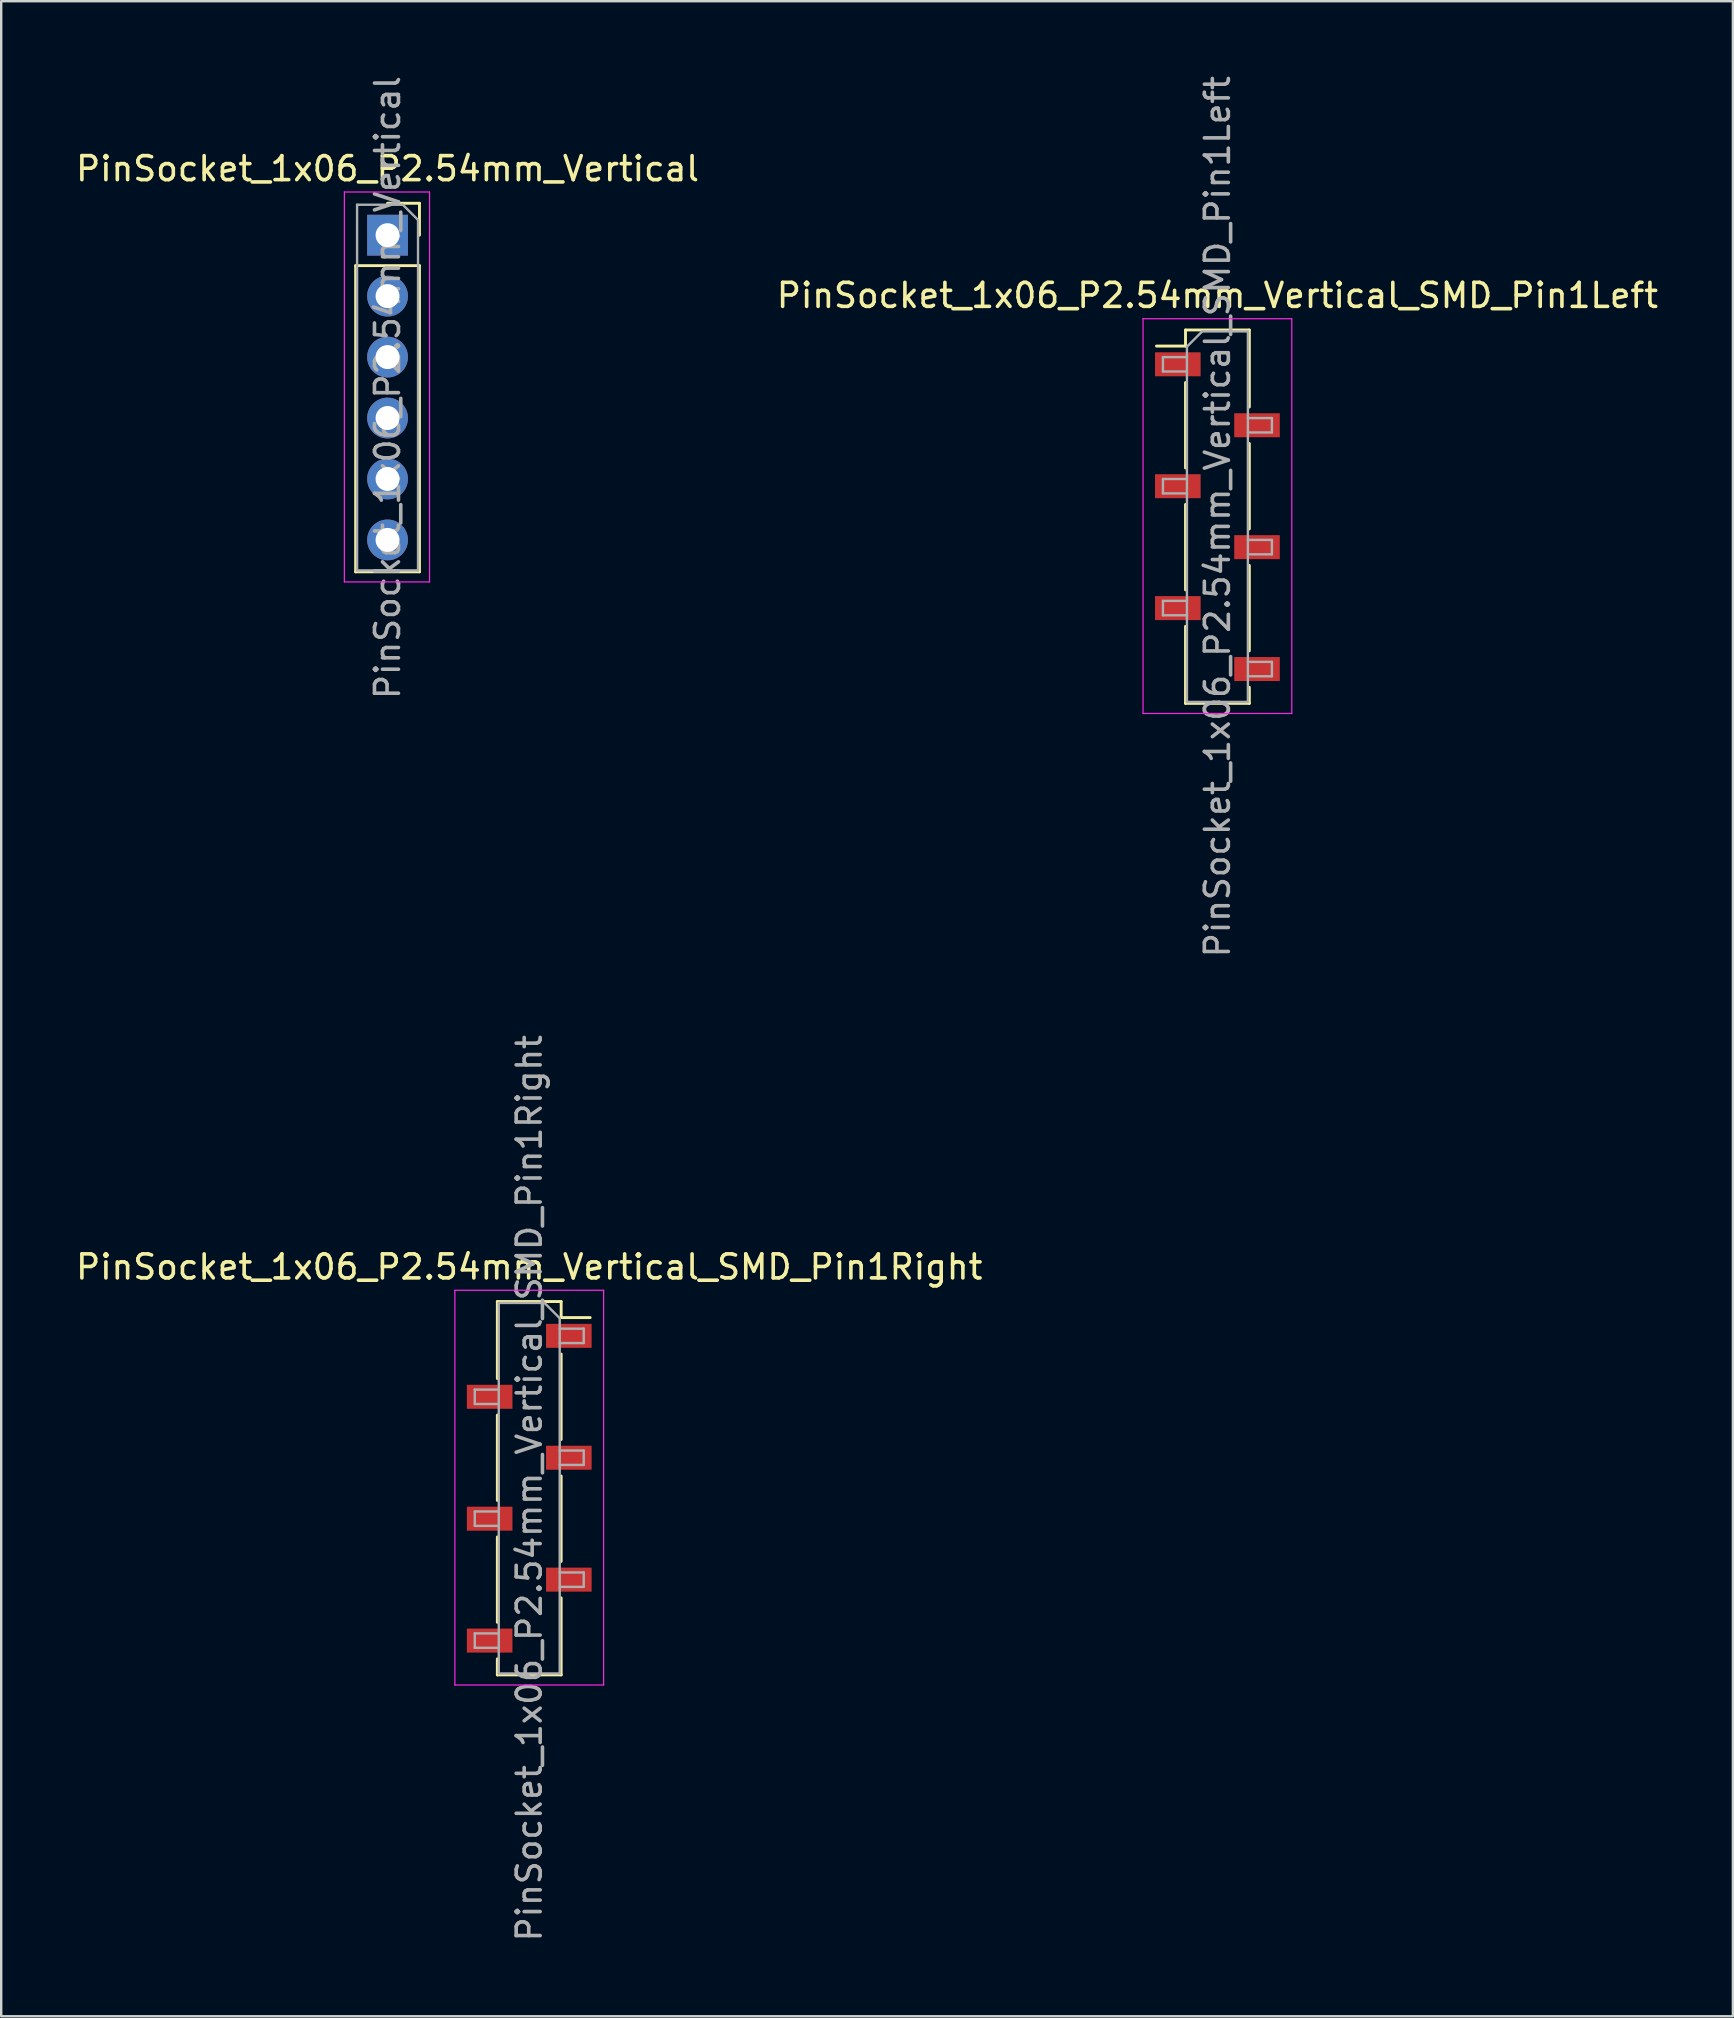
<source format=kicad_pcb>
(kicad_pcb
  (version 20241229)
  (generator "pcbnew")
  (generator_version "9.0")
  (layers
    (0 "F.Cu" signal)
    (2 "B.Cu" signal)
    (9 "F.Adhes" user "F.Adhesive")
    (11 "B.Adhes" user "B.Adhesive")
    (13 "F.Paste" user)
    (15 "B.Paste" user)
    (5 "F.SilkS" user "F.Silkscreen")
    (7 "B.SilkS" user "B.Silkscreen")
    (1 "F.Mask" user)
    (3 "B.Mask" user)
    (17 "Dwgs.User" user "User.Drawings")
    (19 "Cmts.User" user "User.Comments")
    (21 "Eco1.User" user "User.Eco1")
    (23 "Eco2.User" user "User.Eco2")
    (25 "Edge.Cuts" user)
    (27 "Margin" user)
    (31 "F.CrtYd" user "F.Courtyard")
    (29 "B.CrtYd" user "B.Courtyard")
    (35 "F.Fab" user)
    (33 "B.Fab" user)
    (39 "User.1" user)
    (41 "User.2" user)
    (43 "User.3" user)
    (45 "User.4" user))
  (footprint "PinSocket_1x06_P2.54mm_Vertical"
    (layer "F.Cu")
    (at 13.101 6.751)
    (property "Reference" "PinSocket_1x06_P2.54mm_Vertical" (at 0 -2.77 0) (layer "F.SilkS") (effects (font (size 1 1) (thickness 0.15))))
    (attr through_hole)
    (fp_line (start -1.33 1.27) (end -1.33 14.03) (stroke (width 0.12) (type solid)) (layer "F.SilkS"))
    (fp_line (start -1.33 1.27) (end 1.33 1.27) (stroke (width 0.12) (type solid)) (layer "F.SilkS"))
    (fp_line (start -1.33 14.03) (end 1.33 14.03) (stroke (width 0.12) (type solid)) (layer "F.SilkS"))
    (fp_line (start 0 -1.33) (end 1.33 -1.33) (stroke (width 0.12) (type solid)) (layer "F.SilkS"))
    (fp_line (start 1.33 -1.33) (end 1.33 0) (stroke (width 0.12) (type solid)) (layer "F.SilkS"))
    (fp_line (start 1.33 1.27) (end 1.33 14.03) (stroke (width 0.12) (type solid)) (layer "F.SilkS"))
    (fp_line (start -1.8 -1.8) (end 1.75 -1.8) (stroke (width 0.05) (type solid)) (layer "F.CrtYd"))
    (fp_line (start -1.8 14.45) (end -1.8 -1.8) (stroke (width 0.05) (type solid)) (layer "F.CrtYd"))
    (fp_line (start 1.75 -1.8) (end 1.75 14.45) (stroke (width 0.05) (type solid)) (layer "F.CrtYd"))
    (fp_line (start 1.75 14.45) (end -1.8 14.45) (stroke (width 0.05) (type solid)) (layer "F.CrtYd"))
    (fp_line (start -1.27 -1.27) (end 0.635 -1.27) (stroke (width 0.1) (type solid)) (layer "F.Fab"))
    (fp_line (start -1.27 13.97) (end -1.27 -1.27) (stroke (width 0.1) (type solid)) (layer "F.Fab"))
    (fp_line (start 0.635 -1.27) (end 1.27 -0.635) (stroke (width 0.1) (type solid)) (layer "F.Fab"))
    (fp_line (start 1.27 -0.635) (end 1.27 13.97) (stroke (width 0.1) (type solid)) (layer "F.Fab"))
    (fp_line (start 1.27 13.97) (end -1.27 13.97) (stroke (width 0.1) (type solid)) (layer "F.Fab"))
    (fp_text user "${REFERENCE}" (at 0 6.35 90) (layer "F.Fab") (effects (font (size 1 1) (thickness 0.15))))
    (pad "1" thru_hole rect (at 0 0) (size 1.7 1.7) (drill 1) (layers "*.Cu" "*.Mask"))
    (pad "2" thru_hole oval (at 0 2.54) (size 1.7 1.7) (drill 1) (layers "*.Cu" "*.Mask"))
    (pad "3" thru_hole oval (at 0 5.08) (size 1.7 1.7) (drill 1) (layers "*.Cu" "*.Mask"))
    (pad "4" thru_hole oval (at 0 7.62) (size 1.7 1.7) (drill 1) (layers "*.Cu" "*.Mask"))
    (pad "5" thru_hole oval (at 0 10.16) (size 1.7 1.7) (drill 1) (layers "*.Cu" "*.Mask"))
    (pad "6" thru_hole oval (at 0 12.7) (size 1.7 1.7) (drill 1) (layers "*.Cu" "*.Mask")))
  (footprint "PinSocket_1x06_P2.54mm_Vertical_SMD_Pin1Left"
    (layer "F.Cu")
    (at 47.685 18.482)
    (property "Reference" "PinSocket_1x06_P2.54mm_Vertical_SMD_Pin1Left" (at 0 -9.22 0) (layer "F.SilkS") (effects (font (size 1 1) (thickness 0.15))))
    (attr smd)
    (fp_line (start -2.54 -7.11) (end -1.33 -7.11) (stroke (width 0.12) (type solid)) (layer "F.SilkS"))
    (fp_line (start -1.33 -7.78) (end -1.33 -7.11) (stroke (width 0.12) (type solid)) (layer "F.SilkS"))
    (fp_line (start -1.33 -7.78) (end 1.33 -7.78) (stroke (width 0.12) (type solid)) (layer "F.SilkS"))
    (fp_line (start -1.33 -5.59) (end -1.33 -2.03) (stroke (width 0.12) (type solid)) (layer "F.SilkS"))
    (fp_line (start -1.33 -0.51) (end -1.33 3.05) (stroke (width 0.12) (type solid)) (layer "F.SilkS"))
    (fp_line (start -1.33 4.57) (end -1.33 7.78) (stroke (width 0.12) (type solid)) (layer "F.SilkS"))
    (fp_line (start -1.33 7.78) (end 1.33 7.78) (stroke (width 0.12) (type solid)) (layer "F.SilkS"))
    (fp_line (start 1.33 -7.78) (end 1.33 -4.57) (stroke (width 0.12) (type solid)) (layer "F.SilkS"))
    (fp_line (start 1.33 -3.05) (end 1.33 0.51) (stroke (width 0.12) (type solid)) (layer "F.SilkS"))
    (fp_line (start 1.33 2.03) (end 1.33 5.59) (stroke (width 0.12) (type solid)) (layer "F.SilkS"))
    (fp_line (start 1.33 7.11) (end 1.33 7.78) (stroke (width 0.12) (type solid)) (layer "F.SilkS"))
    (fp_line (start -3.1 -8.25) (end 3.1 -8.25) (stroke (width 0.05) (type solid)) (layer "F.CrtYd"))
    (fp_line (start -3.1 8.2) (end -3.1 -8.25) (stroke (width 0.05) (type solid)) (layer "F.CrtYd"))
    (fp_line (start 3.1 -8.25) (end 3.1 8.2) (stroke (width 0.05) (type solid)) (layer "F.CrtYd"))
    (fp_line (start 3.1 8.2) (end -3.1 8.2) (stroke (width 0.05) (type solid)) (layer "F.CrtYd"))
    (fp_line (start -2.27 -6.65) (end -1.27 -6.65) (stroke (width 0.1) (type solid)) (layer "F.Fab"))
    (fp_line (start -2.27 -6.05) (end -2.27 -6.65) (stroke (width 0.1) (type solid)) (layer "F.Fab"))
    (fp_line (start -2.27 -1.57) (end -1.27 -1.57) (stroke (width 0.1) (type solid)) (layer "F.Fab"))
    (fp_line (start -2.27 -0.97) (end -2.27 -1.57) (stroke (width 0.1) (type solid)) (layer "F.Fab"))
    (fp_line (start -2.27 3.51) (end -1.27 3.51) (stroke (width 0.1) (type solid)) (layer "F.Fab"))
    (fp_line (start -2.27 4.11) (end -2.27 3.51) (stroke (width 0.1) (type solid)) (layer "F.Fab"))
    (fp_line (start -1.27 -7.085) (end -0.635 -7.72) (stroke (width 0.1) (type solid)) (layer "F.Fab"))
    (fp_line (start -1.27 -6.05) (end -2.27 -6.05) (stroke (width 0.1) (type solid)) (layer "F.Fab"))
    (fp_line (start -1.27 -0.97) (end -2.27 -0.97) (stroke (width 0.1) (type solid)) (layer "F.Fab"))
    (fp_line (start -1.27 4.11) (end -2.27 4.11) (stroke (width 0.1) (type solid)) (layer "F.Fab"))
    (fp_line (start -1.27 7.72) (end -1.27 -7.085) (stroke (width 0.1) (type solid)) (layer "F.Fab"))
    (fp_line (start -0.635 -7.72) (end 1.27 -7.72) (stroke (width 0.1) (type solid)) (layer "F.Fab"))
    (fp_line (start 1.27 -7.72) (end 1.27 7.72) (stroke (width 0.1) (type solid)) (layer "F.Fab"))
    (fp_line (start 1.27 -4.11) (end 2.27 -4.11) (stroke (width 0.1) (type solid)) (layer "F.Fab"))
    (fp_line (start 1.27 0.97) (end 2.27 0.97) (stroke (width 0.1) (type solid)) (layer "F.Fab"))
    (fp_line (start 1.27 6.05) (end 2.27 6.05) (stroke (width 0.1) (type solid)) (layer "F.Fab"))
    (fp_line (start 1.27 7.72) (end -1.27 7.72) (stroke (width 0.1) (type solid)) (layer "F.Fab"))
    (fp_line (start 2.27 -4.11) (end 2.27 -3.51) (stroke (width 0.1) (type solid)) (layer "F.Fab"))
    (fp_line (start 2.27 -3.51) (end 1.27 -3.51) (stroke (width 0.1) (type solid)) (layer "F.Fab"))
    (fp_line (start 2.27 0.97) (end 2.27 1.57) (stroke (width 0.1) (type solid)) (layer "F.Fab"))
    (fp_line (start 2.27 1.57) (end 1.27 1.57) (stroke (width 0.1) (type solid)) (layer "F.Fab"))
    (fp_line (start 2.27 6.05) (end 2.27 6.65) (stroke (width 0.1) (type solid)) (layer "F.Fab"))
    (fp_line (start 2.27 6.65) (end 1.27 6.65) (stroke (width 0.1) (type solid)) (layer "F.Fab"))
    (fp_text user "${REFERENCE}" (at 0 0 90) (layer "F.Fab") (effects (font (size 1 1) (thickness 0.15))))
    (pad "1" smd rect (at -1.65 -6.35) (size 1.9 1) (layers "F.Cu" "F.Mask" "F.Paste"))
    (pad "2" smd rect (at 1.65 -3.81) (size 1.9 1) (layers "F.Cu" "F.Mask" "F.Paste"))
    (pad "3" smd rect (at -1.65 -1.27) (size 1.9 1) (layers "F.Cu" "F.Mask" "F.Paste"))
    (pad "4" smd rect (at 1.65 1.27) (size 1.9 1) (layers "F.Cu" "F.Mask" "F.Paste"))
    (pad "5" smd rect (at -1.65 3.81) (size 1.9 1) (layers "F.Cu" "F.Mask" "F.Paste"))
    (pad "6" smd rect (at 1.65 6.35) (size 1.9 1) (layers "F.Cu" "F.Mask" "F.Paste")))
  (footprint "PinSocket_1x06_P2.54mm_Vertical_SMD_Pin1Right"
    (layer "F.Cu")
    (at 19.006 58.97)
    (property "Reference" "PinSocket_1x06_P2.54mm_Vertical_SMD_Pin1Right" (at 0 -9.22 0) (layer "F.SilkS") (effects (font (size 1 1) (thickness 0.15))))
    (attr smd)
    (fp_line (start -1.33 -7.78) (end -1.33 -4.57) (stroke (width 0.12) (type solid)) (layer "F.SilkS"))
    (fp_line (start -1.33 -7.78) (end 1.33 -7.78) (stroke (width 0.12) (type solid)) (layer "F.SilkS"))
    (fp_line (start -1.33 -3.05) (end -1.33 0.51) (stroke (width 0.12) (type solid)) (layer "F.SilkS"))
    (fp_line (start -1.33 2.03) (end -1.33 5.59) (stroke (width 0.12) (type solid)) (layer "F.SilkS"))
    (fp_line (start -1.33 7.11) (end -1.33 7.78) (stroke (width 0.12) (type solid)) (layer "F.SilkS"))
    (fp_line (start -1.33 7.78) (end 1.33 7.78) (stroke (width 0.12) (type solid)) (layer "F.SilkS"))
    (fp_line (start 1.33 -7.78) (end 1.33 -7.11) (stroke (width 0.12) (type solid)) (layer "F.SilkS"))
    (fp_line (start 1.33 -7.11) (end 2.54 -7.11) (stroke (width 0.12) (type solid)) (layer "F.SilkS"))
    (fp_line (start 1.33 -5.59) (end 1.33 -2.03) (stroke (width 0.12) (type solid)) (layer "F.SilkS"))
    (fp_line (start 1.33 -0.51) (end 1.33 3.05) (stroke (width 0.12) (type solid)) (layer "F.SilkS"))
    (fp_line (start 1.33 4.57) (end 1.33 7.78) (stroke (width 0.12) (type solid)) (layer "F.SilkS"))
    (fp_line (start -3.1 -8.25) (end 3.1 -8.25) (stroke (width 0.05) (type solid)) (layer "F.CrtYd"))
    (fp_line (start -3.1 8.2) (end -3.1 -8.25) (stroke (width 0.05) (type solid)) (layer "F.CrtYd"))
    (fp_line (start 3.1 -8.25) (end 3.1 8.2) (stroke (width 0.05) (type solid)) (layer "F.CrtYd"))
    (fp_line (start 3.1 8.2) (end -3.1 8.2) (stroke (width 0.05) (type solid)) (layer "F.CrtYd"))
    (fp_line (start -2.27 -4.11) (end -1.27 -4.11) (stroke (width 0.1) (type solid)) (layer "F.Fab"))
    (fp_line (start -2.27 -3.51) (end -2.27 -4.11) (stroke (width 0.1) (type solid)) (layer "F.Fab"))
    (fp_line (start -2.27 0.97) (end -1.27 0.97) (stroke (width 0.1) (type solid)) (layer "F.Fab"))
    (fp_line (start -2.27 1.57) (end -2.27 0.97) (stroke (width 0.1) (type solid)) (layer "F.Fab"))
    (fp_line (start -2.27 6.05) (end -1.27 6.05) (stroke (width 0.1) (type solid)) (layer "F.Fab"))
    (fp_line (start -2.27 6.65) (end -2.27 6.05) (stroke (width 0.1) (type solid)) (layer "F.Fab"))
    (fp_line (start -1.27 -7.72) (end 0.635 -7.72) (stroke (width 0.1) (type solid)) (layer "F.Fab"))
    (fp_line (start -1.27 -3.51) (end -2.27 -3.51) (stroke (width 0.1) (type solid)) (layer "F.Fab"))
    (fp_line (start -1.27 1.57) (end -2.27 1.57) (stroke (width 0.1) (type solid)) (layer "F.Fab"))
    (fp_line (start -1.27 6.65) (end -2.27 6.65) (stroke (width 0.1) (type solid)) (layer "F.Fab"))
    (fp_line (start -1.27 7.72) (end -1.27 -7.72) (stroke (width 0.1) (type solid)) (layer "F.Fab"))
    (fp_line (start 0.635 -7.72) (end 1.27 -7.085) (stroke (width 0.1) (type solid)) (layer "F.Fab"))
    (fp_line (start 1.27 -7.085) (end 1.27 7.72) (stroke (width 0.1) (type solid)) (layer "F.Fab"))
    (fp_line (start 1.27 -6.65) (end 2.27 -6.65) (stroke (width 0.1) (type solid)) (layer "F.Fab"))
    (fp_line (start 1.27 -1.57) (end 2.27 -1.57) (stroke (width 0.1) (type solid)) (layer "F.Fab"))
    (fp_line (start 1.27 3.51) (end 2.27 3.51) (stroke (width 0.1) (type solid)) (layer "F.Fab"))
    (fp_line (start 1.27 7.72) (end -1.27 7.72) (stroke (width 0.1) (type solid)) (layer "F.Fab"))
    (fp_line (start 2.27 -6.65) (end 2.27 -6.05) (stroke (width 0.1) (type solid)) (layer "F.Fab"))
    (fp_line (start 2.27 -6.05) (end 1.27 -6.05) (stroke (width 0.1) (type solid)) (layer "F.Fab"))
    (fp_line (start 2.27 -1.57) (end 2.27 -0.97) (stroke (width 0.1) (type solid)) (layer "F.Fab"))
    (fp_line (start 2.27 -0.97) (end 1.27 -0.97) (stroke (width 0.1) (type solid)) (layer "F.Fab"))
    (fp_line (start 2.27 3.51) (end 2.27 4.11) (stroke (width 0.1) (type solid)) (layer "F.Fab"))
    (fp_line (start 2.27 4.11) (end 1.27 4.11) (stroke (width 0.1) (type solid)) (layer "F.Fab"))
    (fp_text user "${REFERENCE}" (at 0 0 90) (layer "F.Fab") (effects (font (size 1 1) (thickness 0.15))))
    (pad "1" smd rect (at 1.65 -6.35) (size 1.9 1) (layers "F.Cu" "F.Mask" "F.Paste"))
    (pad "2" smd rect (at -1.65 -3.81) (size 1.9 1) (layers "F.Cu" "F.Mask" "F.Paste"))
    (pad "3" smd rect (at 1.65 -1.27) (size 1.9 1) (layers "F.Cu" "F.Mask" "F.Paste"))
    (pad "4" smd rect (at -1.65 1.27) (size 1.9 1) (layers "F.Cu" "F.Mask" "F.Paste"))
    (pad "5" smd rect (at 1.65 3.81) (size 1.9 1) (layers "F.Cu" "F.Mask" "F.Paste"))
    (pad "6" smd rect (at -1.65 6.35) (size 1.9 1) (layers "F.Cu" "F.Mask" "F.Paste")))
  (gr_rect
    (start -3 -3)
    (end 69.167 80.976)
    (stroke (width 0.1) (type default))
    (fill no)
    (layer "Edge.Cuts")))
</source>
